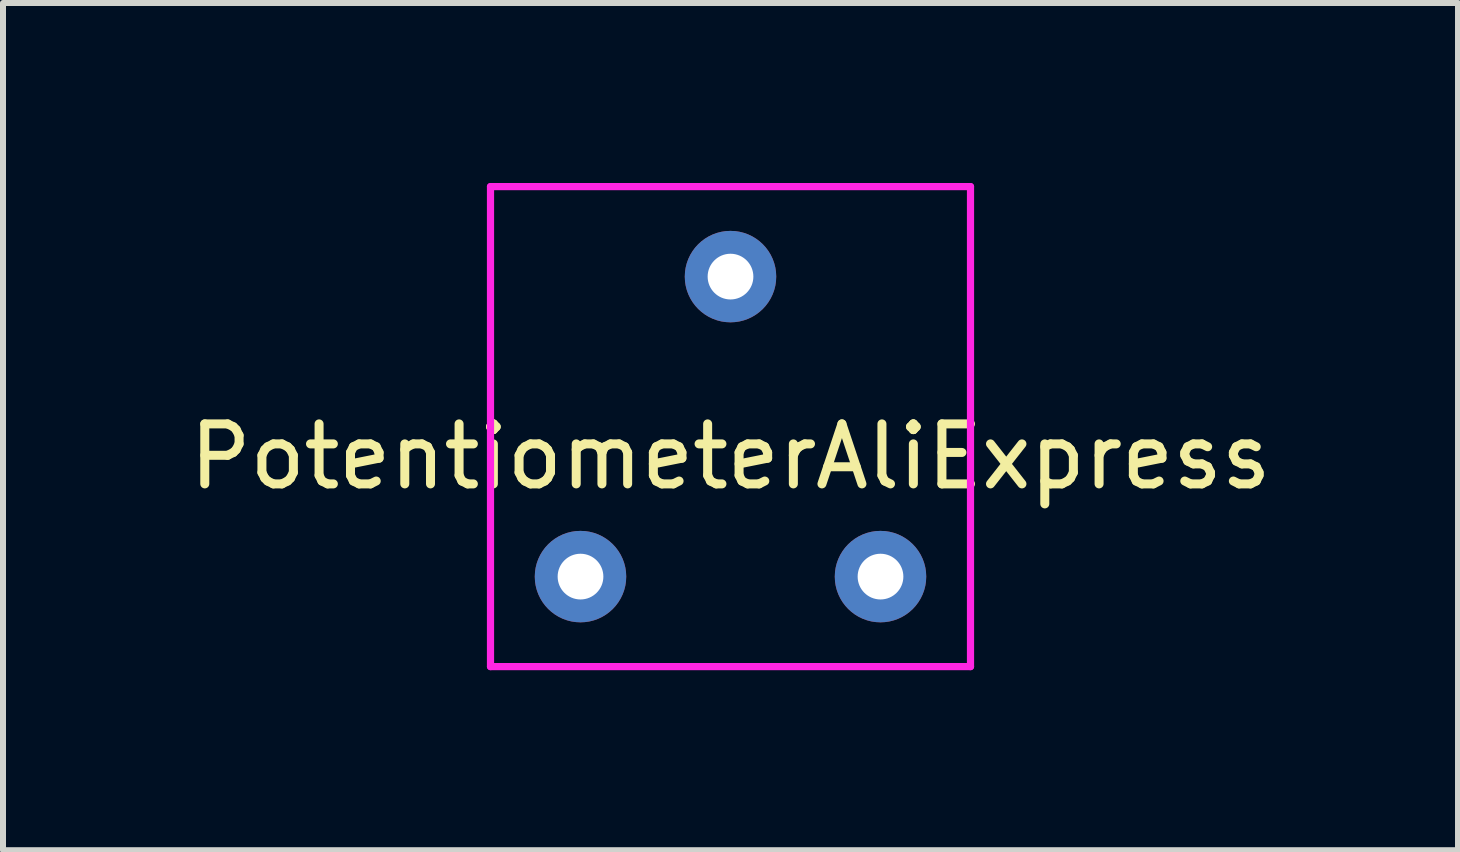
<source format=kicad_pcb>
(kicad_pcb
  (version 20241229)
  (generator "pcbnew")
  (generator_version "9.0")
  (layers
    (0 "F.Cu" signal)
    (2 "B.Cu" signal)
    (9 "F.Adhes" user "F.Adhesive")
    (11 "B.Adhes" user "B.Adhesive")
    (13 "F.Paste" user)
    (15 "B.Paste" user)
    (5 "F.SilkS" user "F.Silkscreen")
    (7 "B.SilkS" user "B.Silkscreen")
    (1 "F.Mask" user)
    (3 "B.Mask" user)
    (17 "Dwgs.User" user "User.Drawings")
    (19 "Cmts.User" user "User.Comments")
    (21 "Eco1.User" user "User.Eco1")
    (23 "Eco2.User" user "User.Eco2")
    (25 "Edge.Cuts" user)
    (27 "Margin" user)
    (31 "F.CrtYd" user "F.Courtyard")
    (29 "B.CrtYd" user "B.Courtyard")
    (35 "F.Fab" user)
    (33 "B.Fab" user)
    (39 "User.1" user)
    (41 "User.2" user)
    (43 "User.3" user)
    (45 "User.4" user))
  (footprint "PotentiometerAliExpress"
    (layer "F.Cu")
    (at 9.125 4.06)
    (property "Reference" "PotentiometerAliExpress" (at 0 0.5 0) (layer "F.SilkS") (effects (font (size 1 1) (thickness 0.15))))
    (attr through_hole)
    (fp_line (start -4 -4) (end 4 -4) (stroke (width 0.12) (type solid)) (layer "F.CrtYd"))
    (fp_line (start -4 4) (end -4 -4) (stroke (width 0.12) (type solid)) (layer "F.CrtYd"))
    (fp_line (start 4 -4) (end 4 4) (stroke (width 0.12) (type solid)) (layer "F.CrtYd"))
    (fp_line (start 4 4) (end -4 4) (stroke (width 0.12) (type solid)) (layer "F.CrtYd"))
    (pad "1" thru_hole circle (at -2.5 2.5) (size 1.524 1.524) (drill 0.762) (layers "*.Cu" "*.Mask"))
    (pad "2" thru_hole circle (at 0 -2.5) (size 1.524 1.524) (drill 0.762) (layers "*.Cu" "*.Mask"))
    (pad "3" thru_hole circle (at 2.5 2.5) (size 1.524 1.524) (drill 0.762) (layers "*.Cu" "*.Mask")))
  (gr_rect
    (start -3 -3)
    (end 21.25 11.12)
    (stroke (width 0.1) (type default))
    (fill no)
    (layer "Edge.Cuts")))
</source>
